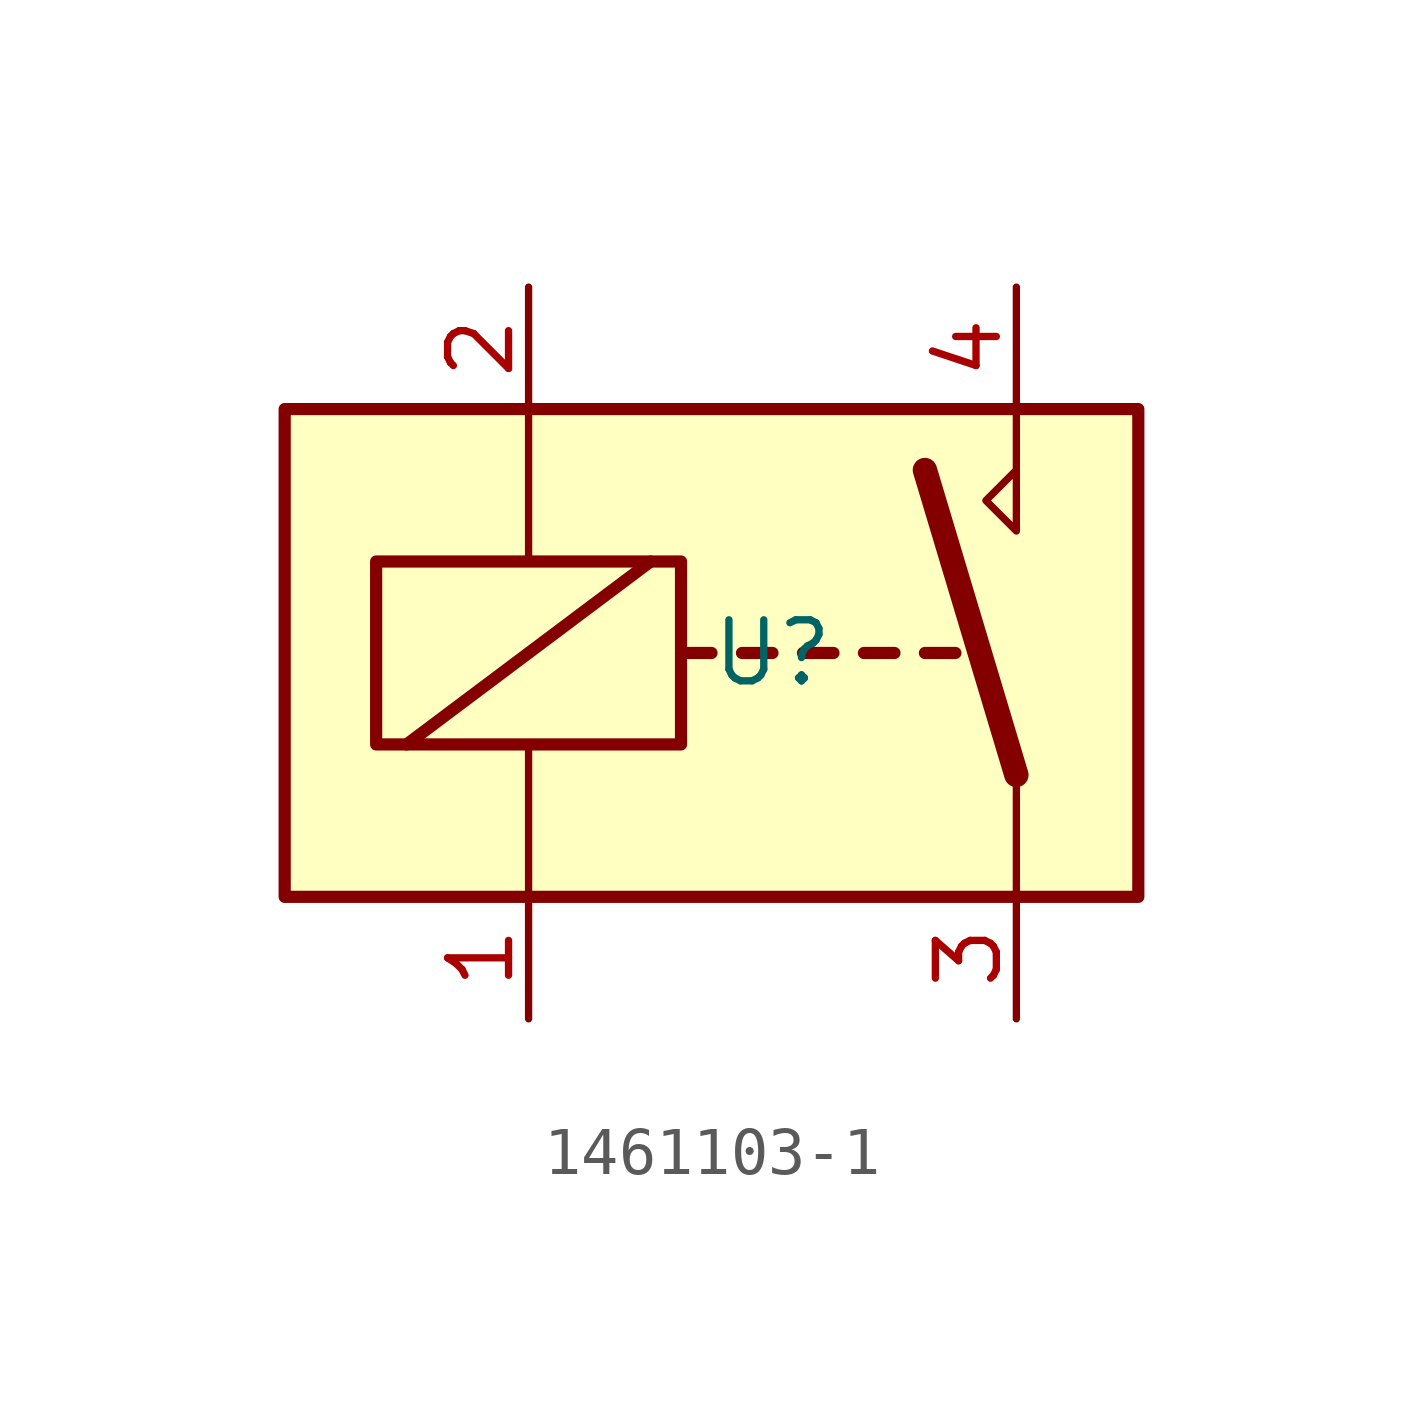
<source format=kicad_sym>
(kicad_symbol_lib
  (version 20220914)
  (generator kicad_symbol_editor)
  (symbol "1461103-1"
    (property "Reference" "U"
      (at 0 0 0)
      (effects (font (size 1.27 1.27))))
    (property "Value" ""
      (at 0 0 0)
      (effects (font (size 1.27 1.27))))
    (symbol "1461103-1_0_0"
      (polyline (pts (xy 5.08 5.08) (xy 5.08 2.54) (xy 4.445 3.175) (xy 5.08 3.81)) (stroke (width 0) (type default)) (fill (type none))))
    (symbol "1461103-1_0_1"
      (rectangle (start -10.16 5.08) (end 7.62 -5.08) (stroke (width 0.254) (type default)) (fill (type background)))
      (rectangle (start -8.255 1.905) (end -1.905 -1.905) (stroke (width 0.254) (type default)) (fill (type none)))
      (polyline (pts (xy -7.62 -1.905) (xy -2.54 1.905)) (stroke (width 0.254) (type default)) (fill (type none)))
      (polyline (pts (xy -5.08 -5.08) (xy -5.08 -1.905)) (stroke (width 0) (type default)) (fill (type none)))
      (polyline (pts (xy -5.08 5.08) (xy -5.08 1.905)) (stroke (width 0) (type default)) (fill (type none)))
      (polyline (pts (xy -1.905 0) (xy -1.27 0)) (stroke (width 0.254) (type default)) (fill (type none)))
      (polyline (pts (xy -0.635 0) (xy 0 0)) (stroke (width 0.254) (type default)) (fill (type none)))
      (polyline (pts (xy 0.635 0) (xy 1.27 0)) (stroke (width 0.254) (type default)) (fill (type none)))
      (polyline (pts (xy 1.905 0) (xy 2.54 0)) (stroke (width 0.254) (type default)) (fill (type none)))
      (polyline (pts (xy 3.175 0) (xy 3.81 0)) (stroke (width 0.254) (type default)) (fill (type none)))
      (polyline (pts (xy 5.08 -2.54) (xy 3.175 3.81)) (stroke (width 0.508) (type default)) (fill (type none)))
      (polyline (pts (xy 5.08 -2.54) (xy 5.08 -5.08)) (stroke (width 0) (type default)) (fill (type none))))
    (symbol "1461103-1_1_1"
      (pin passive line (at -5.08 -7.62 90) (length 2.54) (name "~" (effects (font (size 1.27 1.27)))) (number "1" (effects (font (size 1.27 1.27)))))
      (pin passive line (at -5.08 7.62 270) (length 2.54) (name "~" (effects (font (size 1.27 1.27)))) (number "2" (effects (font (size 1.27 1.27)))))
      (pin passive line (at 5.08 -7.62 90) (length 2.54) (name "~" (effects (font (size 1.27 1.27)))) (number "3" (effects (font (size 1.27 1.27)))))
      (pin passive line (at 5.08 7.62 270) (length 2.54) (name "~" (effects (font (size 1.27 1.27)))) (number "4" (effects (font (size 1.27 1.27))))))))
</source>
